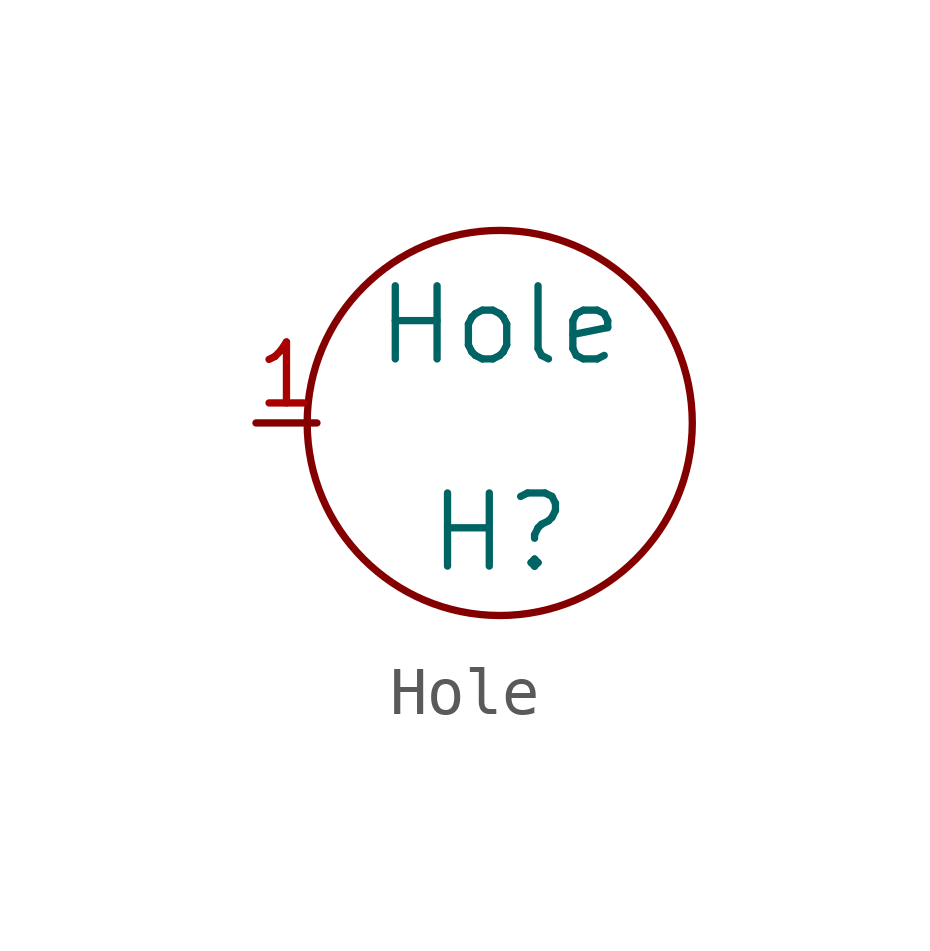
<source format=kicad_sym>
(kicad_symbol_lib
  (version 20231120)
  (generator "kicad_symbol_editor")
  (generator_version "8.0")
  (symbol "Hole"
    (pin_names
      (offset 1.016))
    (property "Reference" "H"
      (at 0 -2.286 0)
      (effects (font (size 1.524 1.524))))
    (property "Value" "Hole"
      (at 0 2.032 0)
      (effects (font (size 1.524 1.524))))
    (symbol "Hole_0_1"
      (circle (center 0 0) (radius 4.013) (stroke (width 0) (type solid)) (fill (type none))))
    (symbol "Hole_1_1"
      (pin passive line (at -5.08 0 0) (length 1.27) (name "" (effects (font (size 1.27 1.27)))) (number "1" (effects (font (size 1.27 1.27))))))))
</source>
